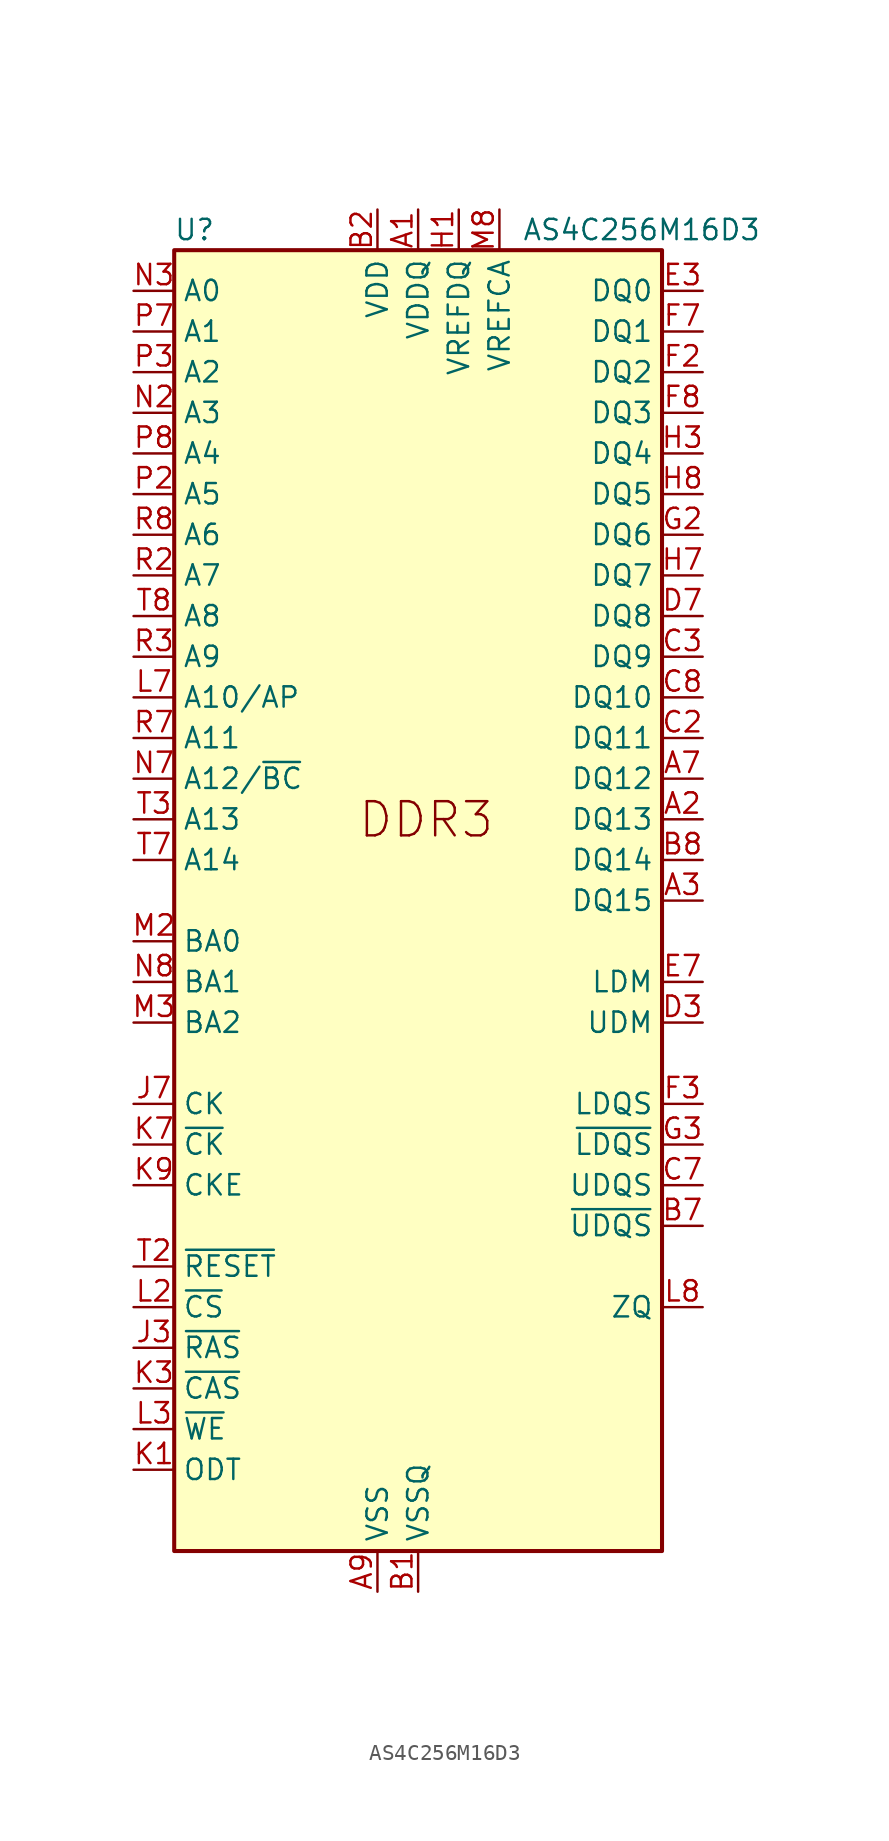
<source format=kicad_sym>
(kicad_symbol_lib
  (version 20211014)
  (generator kicad_symbol_editor)
  (symbol "AS4C256M16D3"
    (property "Reference" "U"
      (at -13.97 41.91 0)
      (effects (font (size 1.27 1.27))))
    (property "Value" "AS4C256M16D3"
      (at 13.97 41.91 0)
      (effects (font (size 1.27 1.27))))
    (symbol "AS4C256M16D3_0_1"
      (rectangle (start -15.24 -40.64) (end 15.24 40.64) (stroke (width 0.254) (type default) (color 0 0 0 0)) (fill (type background)))
      (pin power_in line (at 0 43.18 270) (length 2.54) (name "VDDQ" (effects (font (size 1.27 1.27)))) (number "A1" (effects (font (size 1.27 1.27)))))
      (pin passive line (at 0 43.18 270) (length 2.54) hide (name "VDDQ" (effects (font (size 1.27 1.27)))) (number "A8" (effects (font (size 1.27 1.27)))))
      (pin power_in line (at -2.54 -43.18 90) (length 2.54) (name "VSS" (effects (font (size 1.27 1.27)))) (number "A9" (effects (font (size 1.27 1.27)))))
      (pin power_in line (at 0 -43.18 90) (length 2.54) (name "VSSQ" (effects (font (size 1.27 1.27)))) (number "B1" (effects (font (size 1.27 1.27)))))
      (pin power_in line (at -2.54 43.18 270) (length 2.54) (name "VDD" (effects (font (size 1.27 1.27)))) (number "B2" (effects (font (size 1.27 1.27)))))
      (pin passive line (at -2.54 -43.18 90) (length 2.54) hide (name "VSS" (effects (font (size 1.27 1.27)))) (number "B3" (effects (font (size 1.27 1.27)))))
      (pin passive line (at 0 -43.18 90) (length 2.54) hide (name "VSSQ" (effects (font (size 1.27 1.27)))) (number "B9" (effects (font (size 1.27 1.27)))))
      (pin passive line (at 0 43.18 270) (length 2.54) hide (name "VDDQ" (effects (font (size 1.27 1.27)))) (number "C1" (effects (font (size 1.27 1.27)))))
      (pin passive line (at 0 43.18 270) (length 2.54) hide (name "VDDQ" (effects (font (size 1.27 1.27)))) (number "C9" (effects (font (size 1.27 1.27)))))
      (pin passive line (at 0 -43.18 90) (length 2.54) hide (name "VSSQ" (effects (font (size 1.27 1.27)))) (number "D1" (effects (font (size 1.27 1.27)))))
      (pin passive line (at 0 43.18 270) (length 2.54) hide (name "VDDQ" (effects (font (size 1.27 1.27)))) (number "D2" (effects (font (size 1.27 1.27)))))
      (pin passive line (at 0 -43.18 90) (length 2.54) hide (name "VSSQ" (effects (font (size 1.27 1.27)))) (number "D8" (effects (font (size 1.27 1.27)))))
      (pin passive line (at -2.54 43.18 270) (length 2.54) hide (name "VDD" (effects (font (size 1.27 1.27)))) (number "D9" (effects (font (size 1.27 1.27)))))
      (pin passive line (at -2.54 -43.18 90) (length 2.54) hide (name "VSS" (effects (font (size 1.27 1.27)))) (number "E1" (effects (font (size 1.27 1.27)))))
      (pin passive line (at 0 -43.18 90) (length 2.54) hide (name "VSSQ" (effects (font (size 1.27 1.27)))) (number "E2" (effects (font (size 1.27 1.27)))))
      (pin bidirectional line (at 17.78 38.1 180) (length 2.54) (name "DQ0" (effects (font (size 1.27 1.27)))) (number "E3" (effects (font (size 1.27 1.27)))))
      (pin passive line (at 0 -43.18 90) (length 2.54) hide (name "VSSQ" (effects (font (size 1.27 1.27)))) (number "E8" (effects (font (size 1.27 1.27)))))
      (pin passive line (at 0 43.18 270) (length 2.54) hide (name "VDDQ" (effects (font (size 1.27 1.27)))) (number "E9" (effects (font (size 1.27 1.27)))))
      (pin passive line (at 0 43.18 270) (length 2.54) hide (name "VDDQ" (effects (font (size 1.27 1.27)))) (number "F1" (effects (font (size 1.27 1.27)))))
      (pin bidirectional line (at 17.78 33.02 180) (length 2.54) (name "DQ2" (effects (font (size 1.27 1.27)))) (number "F2" (effects (font (size 1.27 1.27)))))
      (pin bidirectional line (at 17.78 35.56 180) (length 2.54) (name "DQ1" (effects (font (size 1.27 1.27)))) (number "F7" (effects (font (size 1.27 1.27)))))
      (pin bidirectional line (at 17.78 30.48 180) (length 2.54) (name "DQ3" (effects (font (size 1.27 1.27)))) (number "F8" (effects (font (size 1.27 1.27)))))
      (pin passive line (at 0 -43.18 90) (length 2.54) hide (name "VSSQ" (effects (font (size 1.27 1.27)))) (number "F9" (effects (font (size 1.27 1.27)))))
      (pin passive line (at 0 -43.18 90) (length 2.54) hide (name "VSSQ" (effects (font (size 1.27 1.27)))) (number "G1" (effects (font (size 1.27 1.27)))))
      (pin bidirectional line (at 17.78 22.86 180) (length 2.54) (name "DQ6" (effects (font (size 1.27 1.27)))) (number "G2" (effects (font (size 1.27 1.27)))))
      (pin passive line (at -2.54 43.18 270) (length 2.54) hide (name "VDD" (effects (font (size 1.27 1.27)))) (number "G7" (effects (font (size 1.27 1.27)))))
      (pin passive line (at -2.54 -43.18 90) (length 2.54) hide (name "VSS" (effects (font (size 1.27 1.27)))) (number "G8" (effects (font (size 1.27 1.27)))))
      (pin passive line (at 0 -43.18 90) (length 2.54) hide (name "VSSQ" (effects (font (size 1.27 1.27)))) (number "G9" (effects (font (size 1.27 1.27)))))
      (pin power_in line (at 2.54 43.18 270) (length 2.54) (name "VREFDQ" (effects (font (size 1.27 1.27)))) (number "H1" (effects (font (size 1.27 1.27)))))
      (pin passive line (at 0 43.18 270) (length 2.54) hide (name "VDDQ" (effects (font (size 1.27 1.27)))) (number "H2" (effects (font (size 1.27 1.27)))))
      (pin bidirectional line (at 17.78 27.94 180) (length 2.54) (name "DQ4" (effects (font (size 1.27 1.27)))) (number "H3" (effects (font (size 1.27 1.27)))))
      (pin bidirectional line (at 17.78 20.32 180) (length 2.54) (name "DQ7" (effects (font (size 1.27 1.27)))) (number "H7" (effects (font (size 1.27 1.27)))))
      (pin bidirectional line (at 17.78 25.4 180) (length 2.54) (name "DQ5" (effects (font (size 1.27 1.27)))) (number "H8" (effects (font (size 1.27 1.27)))))
      (pin passive line (at 0 43.18 270) (length 2.54) hide (name "VDDQ" (effects (font (size 1.27 1.27)))) (number "H9" (effects (font (size 1.27 1.27)))))
      (pin passive line (at -2.54 -43.18 90) (length 2.54) hide (name "VSS" (effects (font (size 1.27 1.27)))) (number "J2" (effects (font (size 1.27 1.27)))))
      (pin passive line (at -2.54 -43.18 90) (length 2.54) hide (name "VSS" (effects (font (size 1.27 1.27)))) (number "J8" (effects (font (size 1.27 1.27)))))
      (pin passive line (at -2.54 43.18 270) (length 2.54) hide (name "VDD" (effects (font (size 1.27 1.27)))) (number "K2" (effects (font (size 1.27 1.27)))))
      (pin passive line (at -2.54 43.18 270) (length 2.54) hide (name "VDD" (effects (font (size 1.27 1.27)))) (number "K8" (effects (font (size 1.27 1.27)))))
      (pin input line (at -17.78 -25.4 0) (length 2.54) (name "~{CS}" (effects (font (size 1.27 1.27)))) (number "L2" (effects (font (size 1.27 1.27)))))
      (pin input line (at -17.78 12.7 0) (length 2.54) (name "A10/AP" (effects (font (size 1.27 1.27)))) (number "L7" (effects (font (size 1.27 1.27)))))
      (pin passive line (at -2.54 -43.18 90) (length 2.54) hide (name "VSS" (effects (font (size 1.27 1.27)))) (number "M1" (effects (font (size 1.27 1.27)))))
      (pin passive line (at -2.54 -43.18 90) (length 2.54) hide (name "VSS" (effects (font (size 1.27 1.27)))) (number "M9" (effects (font (size 1.27 1.27)))))
      (pin passive line (at -2.54 43.18 270) (length 2.54) hide (name "VDD" (effects (font (size 1.27 1.27)))) (number "N1" (effects (font (size 1.27 1.27)))))
      (pin input line (at -17.78 30.48 0) (length 2.54) (name "A3" (effects (font (size 1.27 1.27)))) (number "N2" (effects (font (size 1.27 1.27)))))
      (pin input line (at -17.78 38.1 0) (length 2.54) (name "A0" (effects (font (size 1.27 1.27)))) (number "N3" (effects (font (size 1.27 1.27)))))
      (pin input line (at -17.78 7.62 0) (length 2.54) (name "A12/~{BC}" (effects (font (size 1.27 1.27)))) (number "N7" (effects (font (size 1.27 1.27)))))
      (pin passive line (at -2.54 43.18 270) (length 2.54) hide (name "VDD" (effects (font (size 1.27 1.27)))) (number "N9" (effects (font (size 1.27 1.27)))))
      (pin passive line (at -2.54 -43.18 90) (length 2.54) hide (name "VSS" (effects (font (size 1.27 1.27)))) (number "P1" (effects (font (size 1.27 1.27)))))
      (pin input line (at -17.78 25.4 0) (length 2.54) (name "A5" (effects (font (size 1.27 1.27)))) (number "P2" (effects (font (size 1.27 1.27)))))
      (pin input line (at -17.78 33.02 0) (length 2.54) (name "A2" (effects (font (size 1.27 1.27)))) (number "P3" (effects (font (size 1.27 1.27)))))
      (pin input line (at -17.78 35.56 0) (length 2.54) (name "A1" (effects (font (size 1.27 1.27)))) (number "P7" (effects (font (size 1.27 1.27)))))
      (pin input line (at -17.78 27.94 0) (length 2.54) (name "A4" (effects (font (size 1.27 1.27)))) (number "P8" (effects (font (size 1.27 1.27)))))
      (pin passive line (at -2.54 -43.18 90) (length 2.54) hide (name "VSS" (effects (font (size 1.27 1.27)))) (number "P9" (effects (font (size 1.27 1.27)))))
      (pin passive line (at -2.54 43.18 270) (length 2.54) hide (name "VDD" (effects (font (size 1.27 1.27)))) (number "R1" (effects (font (size 1.27 1.27)))))
      (pin input line (at -17.78 20.32 0) (length 2.54) (name "A7" (effects (font (size 1.27 1.27)))) (number "R2" (effects (font (size 1.27 1.27)))))
      (pin input line (at -17.78 15.24 0) (length 2.54) (name "A9" (effects (font (size 1.27 1.27)))) (number "R3" (effects (font (size 1.27 1.27)))))
      (pin input line (at -17.78 10.16 0) (length 2.54) (name "A11" (effects (font (size 1.27 1.27)))) (number "R7" (effects (font (size 1.27 1.27)))))
      (pin input line (at -17.78 22.86 0) (length 2.54) (name "A6" (effects (font (size 1.27 1.27)))) (number "R8" (effects (font (size 1.27 1.27)))))
      (pin passive line (at -2.54 43.18 270) (length 2.54) hide (name "VDD" (effects (font (size 1.27 1.27)))) (number "R9" (effects (font (size 1.27 1.27)))))
      (pin passive line (at -2.54 -43.18 90) (length 2.54) hide (name "VSS" (effects (font (size 1.27 1.27)))) (number "T1" (effects (font (size 1.27 1.27)))))
      (pin input line (at -17.78 -22.86 0) (length 2.54) (name "~{RESET}" (effects (font (size 1.27 1.27)))) (number "T2" (effects (font (size 1.27 1.27)))))
      (pin input line (at -17.78 5.08 0) (length 2.54) (name "A13" (effects (font (size 1.27 1.27)))) (number "T3" (effects (font (size 1.27 1.27)))))
      (pin input line (at -17.78 2.54 0) (length 2.54) (name "A14" (effects (font (size 1.27 1.27)))) (number "T7" (effects (font (size 1.27 1.27)))))
      (pin input line (at -17.78 17.78 0) (length 2.54) (name "A8" (effects (font (size 1.27 1.27)))) (number "T8" (effects (font (size 1.27 1.27)))))
      (pin passive line (at -2.54 -43.18 90) (length 2.54) hide (name "VSS" (effects (font (size 1.27 1.27)))) (number "T9" (effects (font (size 1.27 1.27))))))
    (symbol "AS4C256M16D3_1_1"
      (text "DDR3" (at -3.81 3.81 0) (effects (font (size 2.134 2.134)) (justify left bottom)))
      (pin bidirectional line (at 17.78 5.08 180) (length 2.54) (name "DQ13" (effects (font (size 1.27 1.27)))) (number "A2" (effects (font (size 1.27 1.27)))))
      (pin bidirectional line (at 17.78 0 180) (length 2.54) (name "DQ15" (effects (font (size 1.27 1.27)))) (number "A3" (effects (font (size 1.27 1.27)))))
      (pin bidirectional line (at 17.78 7.62 180) (length 2.54) (name "DQ12" (effects (font (size 1.27 1.27)))) (number "A7" (effects (font (size 1.27 1.27)))))
      (pin bidirectional line (at 17.78 -20.32 180) (length 2.54) (name "~{UDQS}" (effects (font (size 1.27 1.27)))) (number "B7" (effects (font (size 1.27 1.27)))))
      (pin bidirectional line (at 17.78 2.54 180) (length 2.54) (name "DQ14" (effects (font (size 1.27 1.27)))) (number "B8" (effects (font (size 1.27 1.27)))))
      (pin bidirectional line (at 17.78 10.16 180) (length 2.54) (name "DQ11" (effects (font (size 1.27 1.27)))) (number "C2" (effects (font (size 1.27 1.27)))))
      (pin bidirectional line (at 17.78 15.24 180) (length 2.54) (name "DQ9" (effects (font (size 1.27 1.27)))) (number "C3" (effects (font (size 1.27 1.27)))))
      (pin bidirectional line (at 17.78 -17.78 180) (length 2.54) (name "UDQS" (effects (font (size 1.27 1.27)))) (number "C7" (effects (font (size 1.27 1.27)))))
      (pin bidirectional line (at 17.78 12.7 180) (length 2.54) (name "DQ10" (effects (font (size 1.27 1.27)))) (number "C8" (effects (font (size 1.27 1.27)))))
      (pin input line (at 17.78 -7.62 180) (length 2.54) (name "UDM" (effects (font (size 1.27 1.27)))) (number "D3" (effects (font (size 1.27 1.27)))))
      (pin bidirectional line (at 17.78 17.78 180) (length 2.54) (name "DQ8" (effects (font (size 1.27 1.27)))) (number "D7" (effects (font (size 1.27 1.27)))))
      (pin input line (at 17.78 -5.08 180) (length 2.54) (name "LDM" (effects (font (size 1.27 1.27)))) (number "E7" (effects (font (size 1.27 1.27)))))
      (pin bidirectional line (at 17.78 -12.7 180) (length 2.54) (name "LDQS" (effects (font (size 1.27 1.27)))) (number "F3" (effects (font (size 1.27 1.27)))))
      (pin bidirectional line (at 17.78 -15.24 180) (length 2.54) (name "~{LDQS}" (effects (font (size 1.27 1.27)))) (number "G3" (effects (font (size 1.27 1.27)))))
      (pin no_connect line (at 15.24 -27.94 180) (length 2.54) hide (name "NC" (effects (font (size 1.27 1.27)))) (number "J1" (effects (font (size 1.27 1.27)))))
      (pin input line (at -17.78 -27.94 0) (length 2.54) (name "~{RAS}" (effects (font (size 1.27 1.27)))) (number "J3" (effects (font (size 1.27 1.27)))))
      (pin input line (at -17.78 -12.7 0) (length 2.54) (name "CK" (effects (font (size 1.27 1.27)))) (number "J7" (effects (font (size 1.27 1.27)))))
      (pin no_connect line (at 15.24 -30.48 180) (length 2.54) hide (name "NC" (effects (font (size 1.27 1.27)))) (number "J9" (effects (font (size 1.27 1.27)))))
      (pin input line (at -17.78 -35.56 0) (length 2.54) (name "ODT" (effects (font (size 1.27 1.27)))) (number "K1" (effects (font (size 1.27 1.27)))))
      (pin input line (at -17.78 -30.48 0) (length 2.54) (name "~{CAS}" (effects (font (size 1.27 1.27)))) (number "K3" (effects (font (size 1.27 1.27)))))
      (pin input line (at -17.78 -15.24 0) (length 2.54) (name "~{CK}" (effects (font (size 1.27 1.27)))) (number "K7" (effects (font (size 1.27 1.27)))))
      (pin input line (at -17.78 -17.78 0) (length 2.54) (name "CKE" (effects (font (size 1.27 1.27)))) (number "K9" (effects (font (size 1.27 1.27)))))
      (pin no_connect line (at 15.24 -33.02 180) (length 2.54) hide (name "NC" (effects (font (size 1.27 1.27)))) (number "L1" (effects (font (size 1.27 1.27)))))
      (pin input line (at -17.78 -33.02 0) (length 2.54) (name "~{WE}" (effects (font (size 1.27 1.27)))) (number "L3" (effects (font (size 1.27 1.27)))))
      (pin input line (at 17.78 -25.4 180) (length 2.54) (name "ZQ" (effects (font (size 1.27 1.27)))) (number "L8" (effects (font (size 1.27 1.27)))))
      (pin no_connect line (at 15.24 -35.56 180) (length 2.54) hide (name "NC" (effects (font (size 1.27 1.27)))) (number "L9" (effects (font (size 1.27 1.27)))))
      (pin input line (at -17.78 -2.54 0) (length 2.54) (name "BA0" (effects (font (size 1.27 1.27)))) (number "M2" (effects (font (size 1.27 1.27)))))
      (pin input line (at -17.78 -7.62 0) (length 2.54) (name "BA2" (effects (font (size 1.27 1.27)))) (number "M3" (effects (font (size 1.27 1.27)))))
      (pin no_connect line (at 15.24 -38.1 180) (length 2.54) hide (name "NC" (effects (font (size 1.27 1.27)))) (number "M7" (effects (font (size 1.27 1.27)))))
      (pin power_in line (at 5.08 43.18 270) (length 2.54) (name "VREFCA" (effects (font (size 1.27 1.27)))) (number "M8" (effects (font (size 1.27 1.27)))))
      (pin input line (at -17.78 -5.08 0) (length 2.54) (name "BA1" (effects (font (size 1.27 1.27)))) (number "N8" (effects (font (size 1.27 1.27))))))))
</source>
